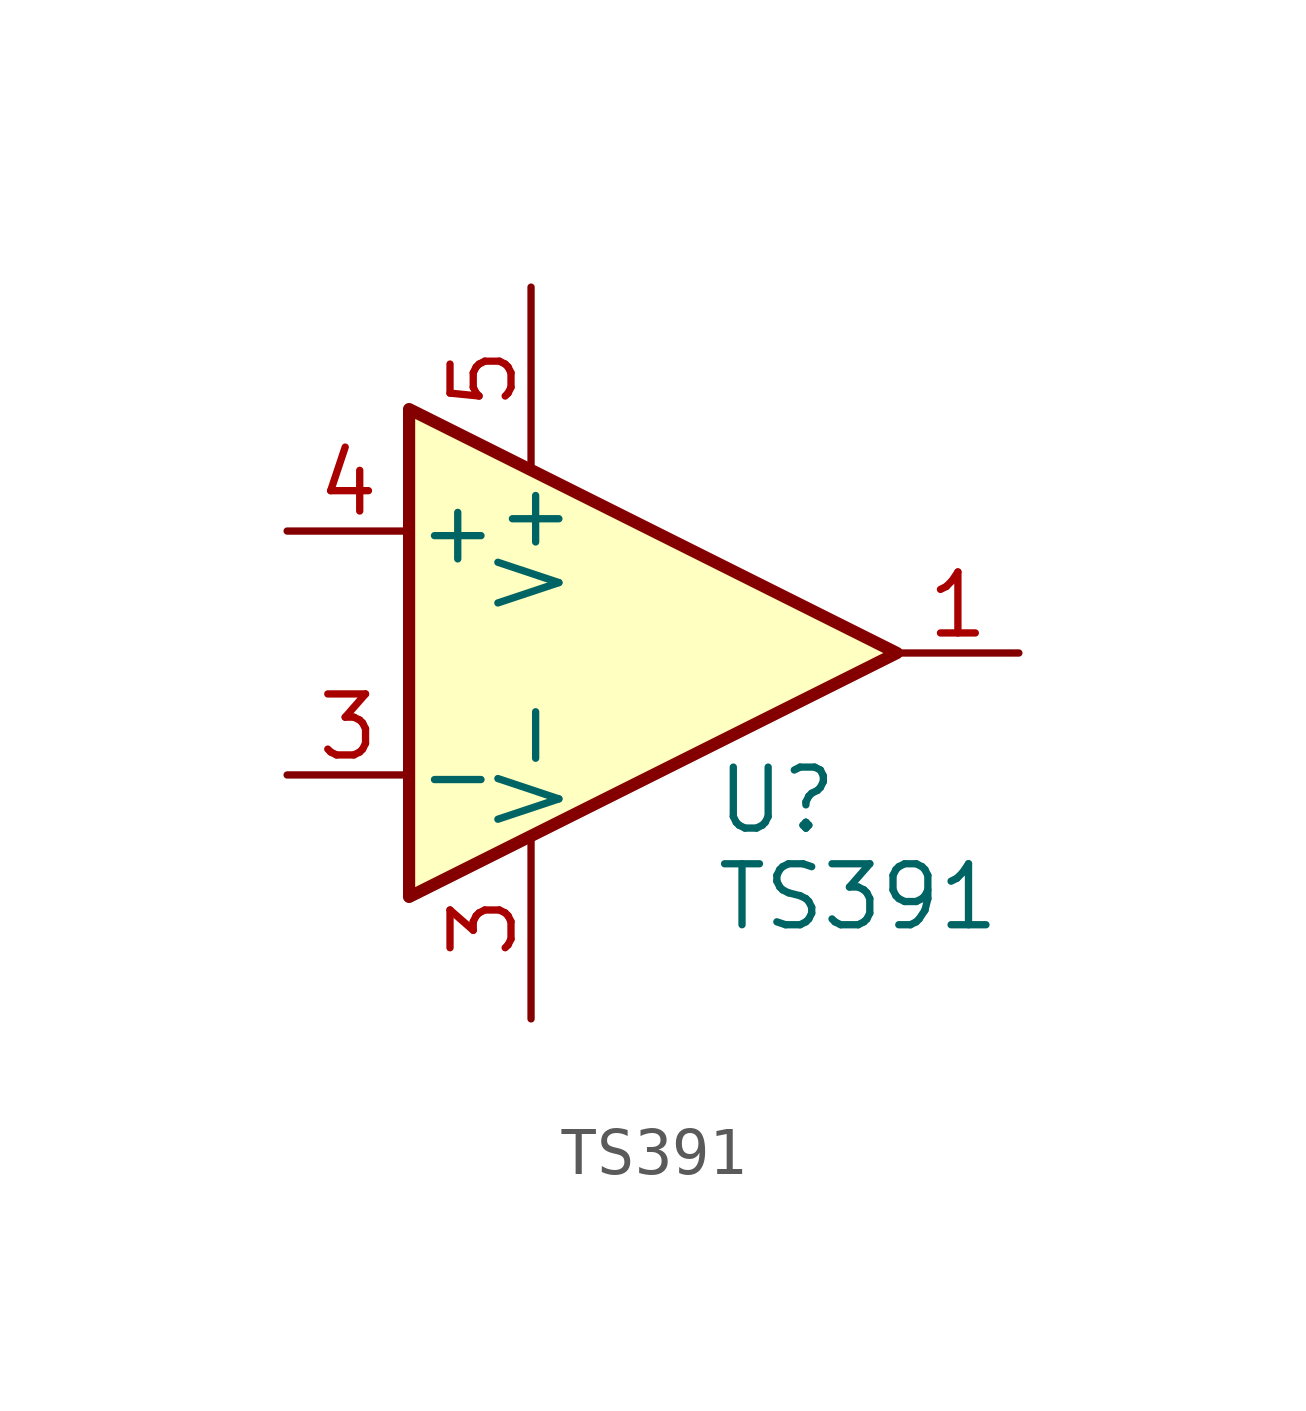
<source format=kicad_sym>
(kicad_symbol_lib
  (version 20231120)
  (generator "kicad_symbol_editor")
  (generator_version "8.0")
  (symbol "TS391"
    (pin_names
      (offset 0.127))
    (property "Reference" "U"
      (at 1.27 -3.81 0)
      (do_not_autoplace)
      (effects (font (size 1.27 1.27)) (justify left bottom)))
    (property "Value" "TS391"
      (at 1.27 -5.08 0)
      (do_not_autoplace)
      (effects (font (size 1.27 1.27)) (justify left)))
    (symbol "TS391_0_1"
      (polyline (pts (xy -5.08 5.08) (xy 5.08 0) (xy -5.08 -5.08) (xy -5.08 5.08)) (stroke (width 0.254) (type default)) (fill (type background))))
    (symbol "TS391_1_1"
      (pin open_collector line (at 7.62 0 180) (length 2.54) (name "~" (effects (font (size 1.27 1.27)))) (number "1" (effects (font (size 1.27 1.27)))))
      (pin input line (at -7.62 -2.54 0) (length 2.54) (name "-" (effects (font (size 1.27 1.27)))) (number "3" (effects (font (size 1.27 1.27)))))
      (pin power_in line (at -2.54 -7.62 90) (length 3.81) (name "V-" (effects (font (size 1.27 1.27)))) (number "3" (effects (font (size 1.27 1.27)))))
      (pin input line (at -7.62 2.54 0) (length 2.54) (name "+" (effects (font (size 1.27 1.27)))) (number "4" (effects (font (size 1.27 1.27)))))
      (pin power_in line (at -2.54 7.62 270) (length 3.81) (name "V+" (effects (font (size 1.27 1.27)))) (number "5" (effects (font (size 1.27 1.27))))))))
</source>
